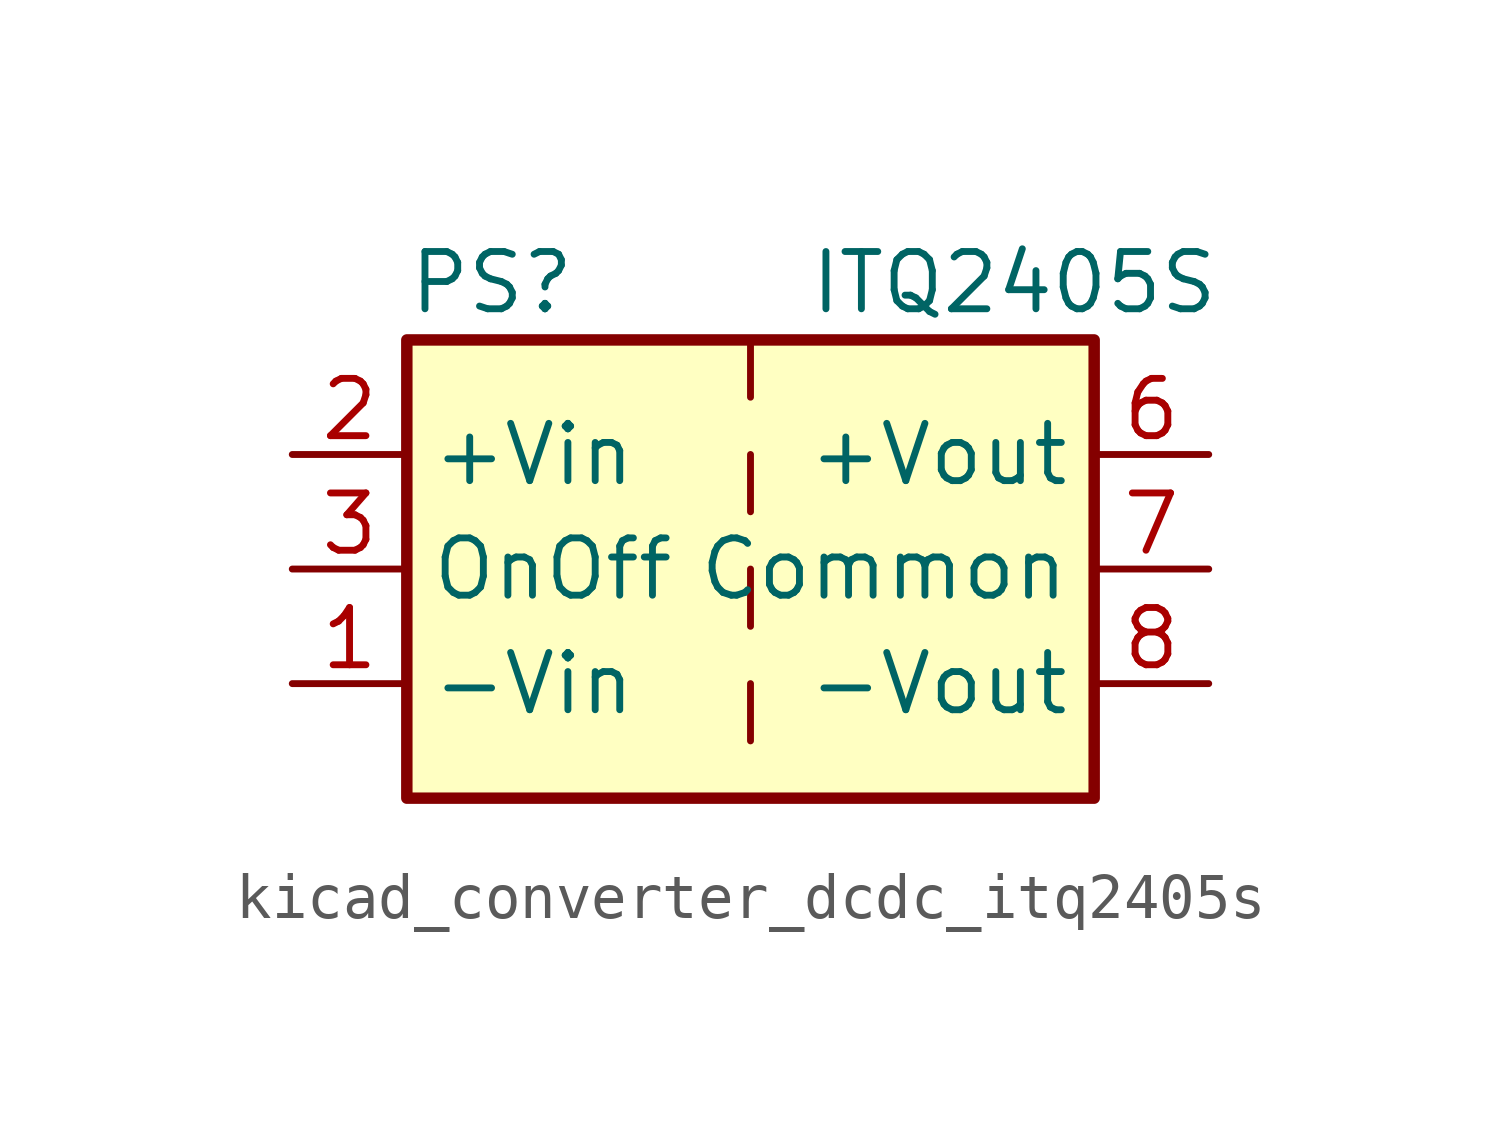
<source format=kicad_sym>
(kicad_symbol_lib
  (version 20220914)
  (generator kicad_symbol_editor)
  (symbol "kicad_converter_dcdc_itq2405s"
    (property "Reference" "PS"
      (at -7.62 6.35 0)
      (effects (font (size 1.27 1.27)) (justify left)))
    (property "Value" "ITQ2405S"
      (at 1.27 6.35 0)
      (effects (font (size 1.27 1.27)) (justify left)))
    (symbol "kicad_converter_dcdc_itq2405s_0_0"
      (pin power_in line (at -10.16 -2.54 0) (length 2.54) (name "-Vin" (effects (font (size 1.27 1.27)))) (number "1" (effects (font (size 1.27 1.27)))))
      (pin power_in line (at -10.16 2.54 0) (length 2.54) (name "+Vin" (effects (font (size 1.27 1.27)))) (number "2" (effects (font (size 1.27 1.27)))))
      (pin input line (at -10.16 0 0) (length 2.54) (name "OnOff" (effects (font (size 1.27 1.27)))) (number "3" (effects (font (size 1.27 1.27)))))
      (pin no_connect line (at 0 5.08 270) (length 2.54) hide (name "NC" (effects (font (size 1.27 1.27)))) (number "5" (effects (font (size 1.27 1.27)))))
      (pin power_out line (at 10.16 2.54 180) (length 2.54) (name "+Vout" (effects (font (size 1.27 1.27)))) (number "6" (effects (font (size 1.27 1.27)))))
      (pin power_out line (at 10.16 0 180) (length 2.54) (name "Common" (effects (font (size 1.27 1.27)))) (number "7" (effects (font (size 1.27 1.27)))))
      (pin power_out line (at 10.16 -2.54 180) (length 2.54) (name "-Vout" (effects (font (size 1.27 1.27)))) (number "8" (effects (font (size 1.27 1.27))))))
    (symbol "kicad_converter_dcdc_itq2405s_0_1"
      (rectangle (start -7.62 5.08) (end 7.62 -5.08) (stroke (width 0.254) (type default)) (fill (type background)))
      (polyline (pts (xy 0 -2.54) (xy 0 -3.81)) (stroke (width 0) (type default)) (fill (type none)))
      (polyline (pts (xy 0 0) (xy 0 -1.27)) (stroke (width 0) (type default)) (fill (type none)))
      (polyline (pts (xy 0 2.54) (xy 0 1.27)) (stroke (width 0) (type default)) (fill (type none)))
      (polyline (pts (xy 0 5.08) (xy 0 3.81)) (stroke (width 0) (type default)) (fill (type none))))))
</source>
